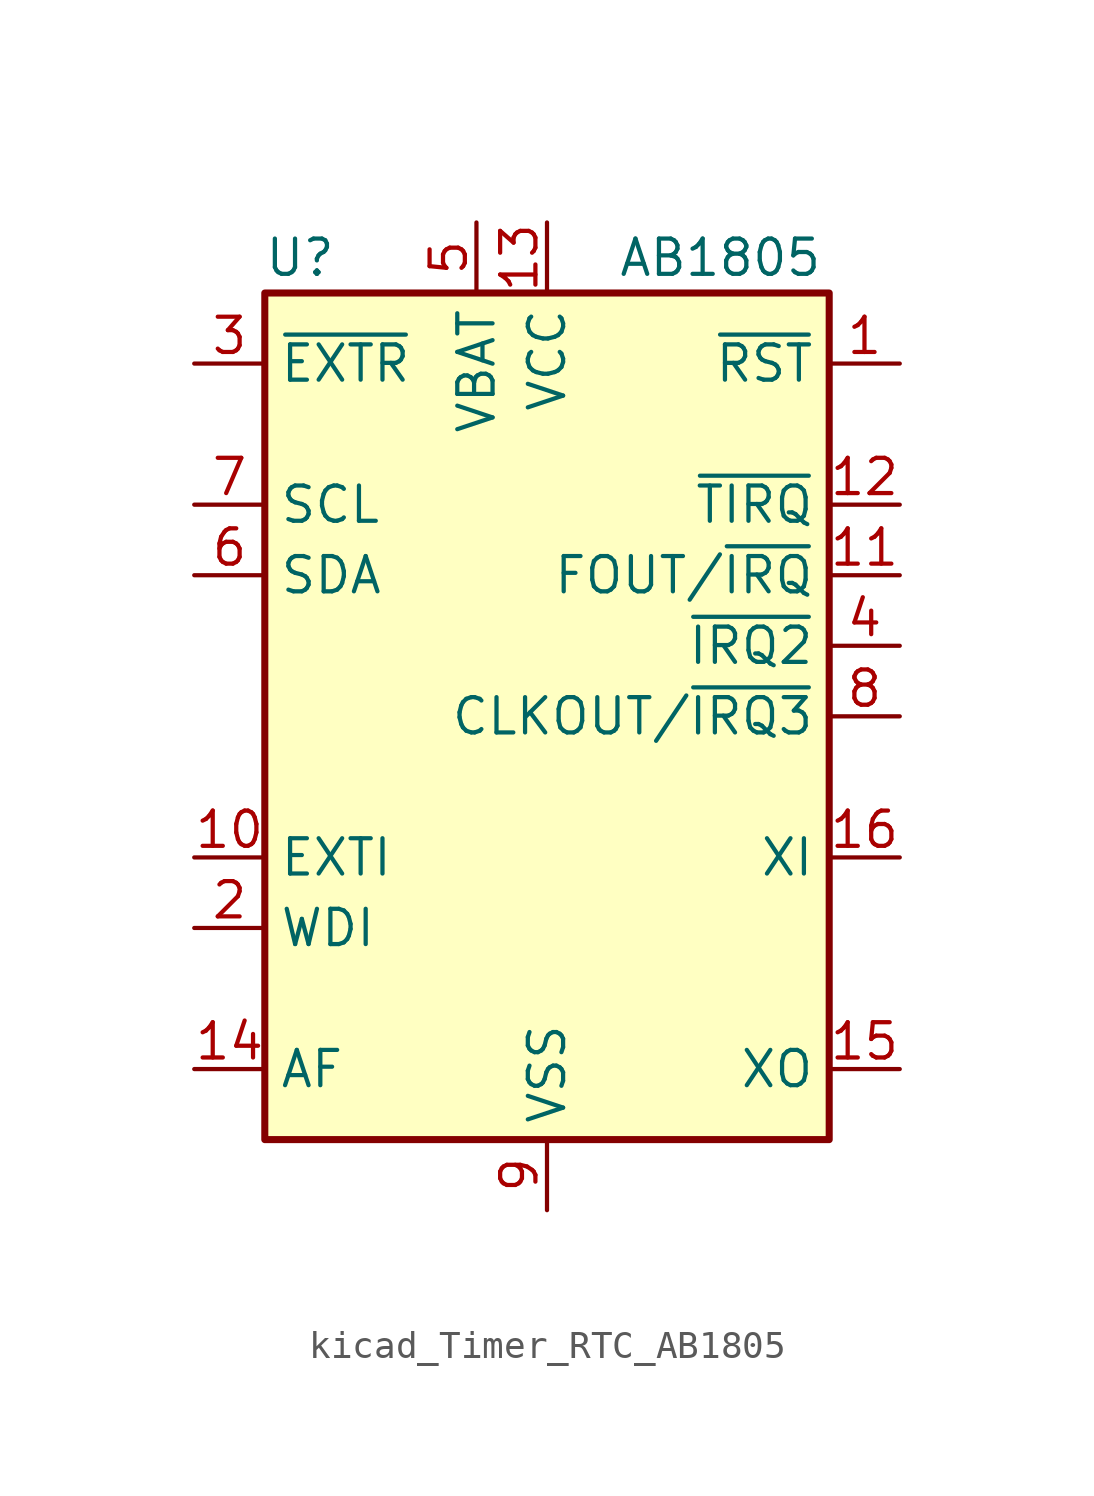
<source format=kicad_sym>
(kicad_symbol_lib
  (version 20220914)
  (generator kicad_symbol_editor)
  (symbol "kicad_Timer_RTC_AB1805"
    (property "Reference" "U"
      (at -8.89 16.51 0)
      (effects (font (size 1.27 1.27))))
    (property "Value" "AB1805"
      (at 2.54 16.51 0)
      (effects (font (size 1.27 1.27)) (justify left)))
    (symbol "kicad_Timer_RTC_AB1805_0_1"
      (rectangle (start -10.16 15.24) (end 10.16 -15.24) (stroke (width 0.254) (type default)) (fill (type background))))
    (symbol "kicad_Timer_RTC_AB1805_1_1"
      (pin open_collector line (at 12.7 12.7 180) (length 2.54) (name "~{RST}" (effects (font (size 1.27 1.27)))) (number "1" (effects (font (size 1.27 1.27)))))
      (pin input line (at -12.7 -5.08 0) (length 2.54) (name "EXTI" (effects (font (size 1.27 1.27)))) (number "10" (effects (font (size 1.27 1.27)))))
      (pin open_collector line (at 12.7 5.08 180) (length 2.54) (name "FOUT/~{IRQ}" (effects (font (size 1.27 1.27)))) (number "11" (effects (font (size 1.27 1.27)))))
      (pin open_collector line (at 12.7 7.62 180) (length 2.54) (name "~{TIRQ}" (effects (font (size 1.27 1.27)))) (number "12" (effects (font (size 1.27 1.27)))))
      (pin power_in line (at 0 17.78 270) (length 2.54) (name "VCC" (effects (font (size 1.27 1.27)))) (number "13" (effects (font (size 1.27 1.27)))))
      (pin passive line (at -12.7 -12.7 0) (length 2.54) (name "AF" (effects (font (size 1.27 1.27)))) (number "14" (effects (font (size 1.27 1.27)))))
      (pin output line (at 12.7 -12.7 180) (length 2.54) (name "XO" (effects (font (size 1.27 1.27)))) (number "15" (effects (font (size 1.27 1.27)))))
      (pin input line (at 12.7 -5.08 180) (length 2.54) (name "XI" (effects (font (size 1.27 1.27)))) (number "16" (effects (font (size 1.27 1.27)))))
      (pin passive line (at 0 -17.78 90) (length 2.54) hide (name "VSS" (effects (font (size 1.27 1.27)))) (number "17" (effects (font (size 1.27 1.27)))))
      (pin input line (at -12.7 -7.62 0) (length 2.54) (name "WDI" (effects (font (size 1.27 1.27)))) (number "2" (effects (font (size 1.27 1.27)))))
      (pin input line (at -12.7 12.7 0) (length 2.54) (name "~{EXTR}" (effects (font (size 1.27 1.27)))) (number "3" (effects (font (size 1.27 1.27)))))
      (pin open_collector line (at 12.7 2.54 180) (length 2.54) (name "~{IRQ2}" (effects (font (size 1.27 1.27)))) (number "4" (effects (font (size 1.27 1.27)))))
      (pin power_in line (at -2.54 17.78 270) (length 2.54) (name "VBAT" (effects (font (size 1.27 1.27)))) (number "5" (effects (font (size 1.27 1.27)))))
      (pin bidirectional line (at -12.7 5.08 0) (length 2.54) (name "SDA" (effects (font (size 1.27 1.27)))) (number "6" (effects (font (size 1.27 1.27)))))
      (pin input line (at -12.7 7.62 0) (length 2.54) (name "SCL" (effects (font (size 1.27 1.27)))) (number "7" (effects (font (size 1.27 1.27)))))
      (pin output line (at 12.7 0 180) (length 2.54) (name "CLKOUT/~{IRQ3}" (effects (font (size 1.27 1.27)))) (number "8" (effects (font (size 1.27 1.27)))))
      (pin power_in line (at 0 -17.78 90) (length 2.54) (name "VSS" (effects (font (size 1.27 1.27)))) (number "9" (effects (font (size 1.27 1.27))))))))
</source>
